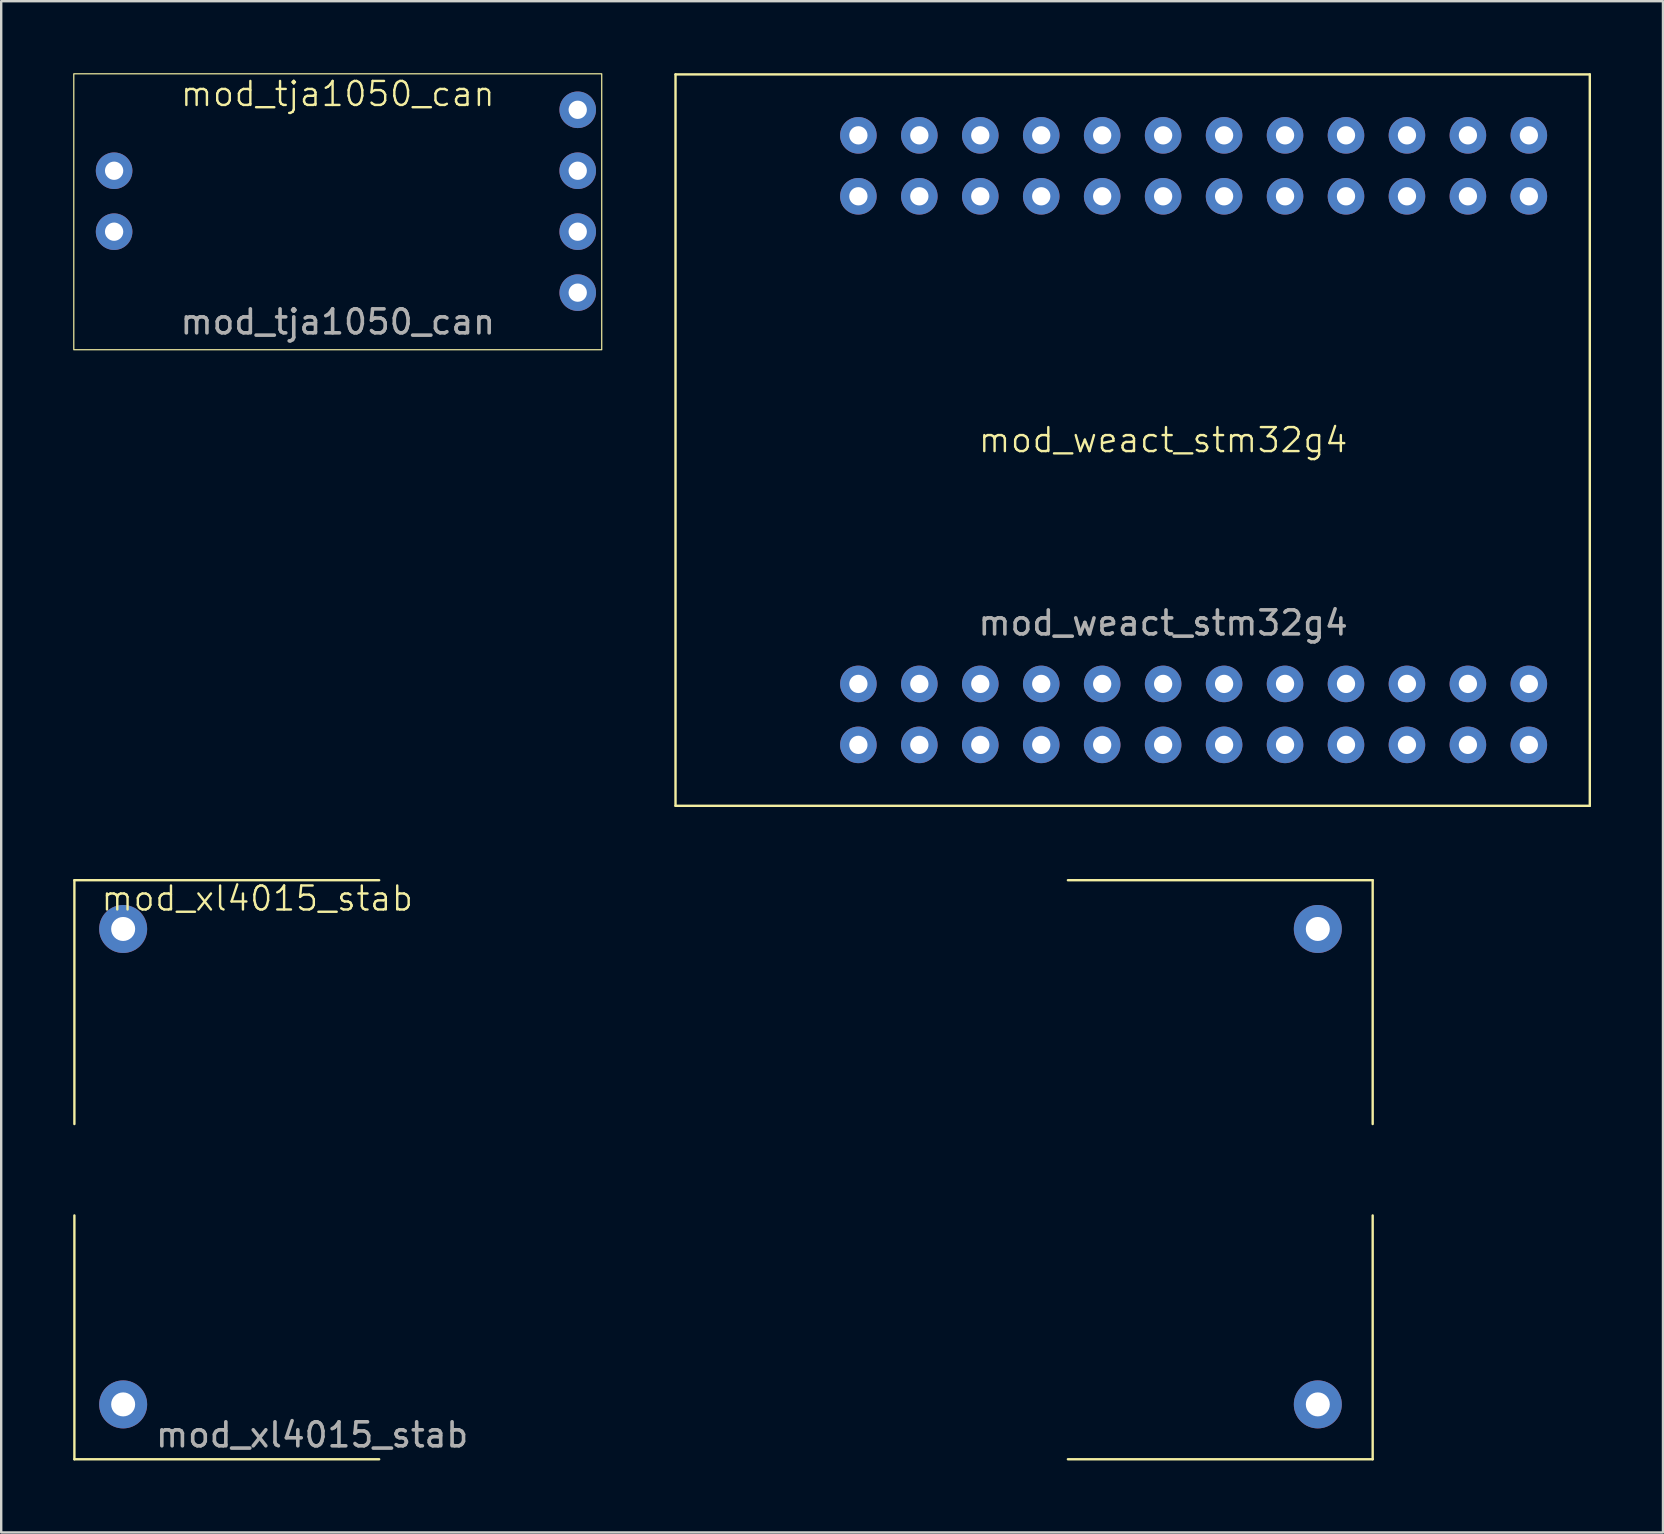
<source format=kicad_pcb>
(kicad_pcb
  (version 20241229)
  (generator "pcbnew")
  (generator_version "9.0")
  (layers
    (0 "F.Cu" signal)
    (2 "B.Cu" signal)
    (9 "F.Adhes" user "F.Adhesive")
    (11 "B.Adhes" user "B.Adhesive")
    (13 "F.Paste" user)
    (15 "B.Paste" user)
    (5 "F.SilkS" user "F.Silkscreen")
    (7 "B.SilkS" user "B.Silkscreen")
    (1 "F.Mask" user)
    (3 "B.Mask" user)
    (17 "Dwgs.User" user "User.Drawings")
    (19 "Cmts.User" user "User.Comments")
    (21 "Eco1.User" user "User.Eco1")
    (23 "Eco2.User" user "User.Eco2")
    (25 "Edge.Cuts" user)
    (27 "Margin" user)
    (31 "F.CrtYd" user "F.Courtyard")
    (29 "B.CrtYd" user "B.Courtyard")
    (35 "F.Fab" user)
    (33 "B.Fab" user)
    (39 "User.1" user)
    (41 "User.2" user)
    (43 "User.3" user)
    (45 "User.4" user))
  (footprint "mod_weact_stm32g4"
    (layer "F.Cu")
    (at 45.42 15.29)
    (property "Reference" "mod_weact_stm32g4" (at 0 0 0) (unlocked yes) (layer "F.SilkS") (effects (font (size 1 1) (thickness 0.1))))
    (attr through_hole)
    (fp_line (start -20.32 -15.24) (end -20.32 15.24) (stroke (width 0.1) (type default)) (layer "F.SilkS"))
    (fp_line (start -20.32 15.24) (end 17.78 15.24) (stroke (width 0.1) (type default)) (layer "F.SilkS"))
    (fp_line (start 17.78 -15.24) (end -20.32 -15.24) (stroke (width 0.1) (type default)) (layer "F.SilkS"))
    (fp_line (start 17.78 15.24) (end 17.78 -15.24) (stroke (width 0.1) (type default)) (layer "F.SilkS"))
    (fp_text user "${REFERENCE}" (at 0 7.62 0) (unlocked yes) (layer "F.Fab") (effects (font (size 1 1) (thickness 0.15))))
    (pad "3V3" thru_hole circle (at -12.7 -12.7) (size 1.524 1.524) (drill 0.762) (layers "*.Cu" "*.Mask"))
    (pad "3V3" thru_hole circle (at -12.7 -10.16) (size 1.524 1.524) (drill 0.762) (layers "*.Cu" "*.Mask"))
    (pad "A0" thru_hole circle (at 10.16 -12.7) (size 1.524 1.524) (drill 0.762) (layers "*.Cu" "*.Mask"))
    (pad "A1" thru_hole circle (at 7.62 -10.16) (size 1.524 1.524) (drill 0.762) (layers "*.Cu" "*.Mask"))
    (pad "A2" thru_hole circle (at 7.62 -12.7) (size 1.524 1.524) (drill 0.762) (layers "*.Cu" "*.Mask"))
    (pad "A3" thru_hole circle (at 5.08 -10.16) (size 1.524 1.524) (drill 0.762) (layers "*.Cu" "*.Mask"))
    (pad "A4" thru_hole circle (at 5.08 -12.7) (size 1.524 1.524) (drill 0.762) (layers "*.Cu" "*.Mask"))
    (pad "A5" thru_hole circle (at 2.54 -10.16) (size 1.524 1.524) (drill 0.762) (layers "*.Cu" "*.Mask"))
    (pad "A6" thru_hole circle (at 2.54 -12.7) (size 1.524 1.524) (drill 0.762) (layers "*.Cu" "*.Mask"))
    (pad "A7" thru_hole circle (at 0 -10.16) (size 1.524 1.524) (drill 0.762) (layers "*.Cu" "*.Mask"))
    (pad "A8" thru_hole circle (at -2.54 10.16) (size 1.524 1.524) (drill 0.762) (layers "*.Cu" "*.Mask"))
    (pad "A9" thru_hole circle (at 0 12.7) (size 1.524 1.524) (drill 0.762) (layers "*.Cu" "*.Mask"))
    (pad "A10" thru_hole circle (at 0 10.16) (size 1.524 1.524) (drill 0.762) (layers "*.Cu" "*.Mask"))
    (pad "A11" thru_hole circle (at 2.54 12.7) (size 1.524 1.524) (drill 0.762) (layers "*.Cu" "*.Mask"))
    (pad "A12" thru_hole circle (at 2.54 10.16) (size 1.524 1.524) (drill 0.762) (layers "*.Cu" "*.Mask"))
    (pad "A15" thru_hole circle (at 5.08 12.7) (size 1.524 1.524) (drill 0.762) (layers "*.Cu" "*.Mask"))
    (pad "B0" thru_hole circle (at -2.54 -10.16) (size 1.524 1.524) (drill 0.762) (layers "*.Cu" "*.Mask"))
    (pad "B1" thru_hole circle (at -2.54 -12.7) (size 1.524 1.524) (drill 0.762) (layers "*.Cu" "*.Mask"))
    (pad "B2" thru_hole circle (at -5.08 -10.16) (size 1.524 1.524) (drill 0.762) (layers "*.Cu" "*.Mask"))
    (pad "B3" thru_hole circle (at 7.62 10.16) (size 1.524 1.524) (drill 0.762) (layers "*.Cu" "*.Mask"))
    (pad "B4" thru_hole circle (at 10.16 12.7) (size 1.524 1.524) (drill 0.762) (layers "*.Cu" "*.Mask"))
    (pad "B5" thru_hole circle (at 10.16 10.16) (size 1.524 1.524) (drill 0.762) (layers "*.Cu" "*.Mask"))
    (pad "B6" thru_hole circle (at 12.7 12.7) (size 1.524 1.524) (drill 0.762) (layers "*.Cu" "*.Mask"))
    (pad "B7" thru_hole circle (at 12.7 10.16) (size 1.524 1.524) (drill 0.762) (layers "*.Cu" "*.Mask"))
    (pad "B8" thru_hole circle (at 15.24 12.7) (size 1.524 1.524) (drill 0.762) (layers "*.Cu" "*.Mask"))
    (pad "B9" thru_hole circle (at 15.24 10.16) (size 1.524 1.524) (drill 0.762) (layers "*.Cu" "*.Mask"))
    (pad "B10" thru_hole circle (at -7.62 -10.16) (size 1.524 1.524) (drill 0.762) (layers "*.Cu" "*.Mask"))
    (pad "B11" thru_hole circle (at -7.62 -12.7) (size 1.524 1.524) (drill 0.762) (layers "*.Cu" "*.Mask"))
    (pad "B12" thru_hole circle (at -7.62 12.7) (size 1.524 1.524) (drill 0.762) (layers "*.Cu" "*.Mask"))
    (pad "B13" thru_hole circle (at -7.62 10.16) (size 1.524 1.524) (drill 0.762) (layers "*.Cu" "*.Mask"))
    (pad "B14" thru_hole circle (at -5.08 12.7) (size 1.524 1.524) (drill 0.762) (layers "*.Cu" "*.Mask"))
    (pad "B15" thru_hole circle (at -5.08 10.16) (size 1.524 1.524) (drill 0.762) (layers "*.Cu" "*.Mask"))
    (pad "C4" thru_hole circle (at 0 -12.7) (size 1.524 1.524) (drill 0.762) (layers "*.Cu" "*.Mask"))
    (pad "C6" thru_hole circle (at -2.54 12.7) (size 1.524 1.524) (drill 0.762) (layers "*.Cu" "*.Mask"))
    (pad "C10" thru_hole circle (at 5.08 10.16) (size 1.524 1.524) (drill 0.762) (layers "*.Cu" "*.Mask"))
    (pad "C11" thru_hole circle (at 7.62 12.7) (size 1.524 1.524) (drill 0.762) (layers "*.Cu" "*.Mask"))
    (pad "C13" thru_hole circle (at 15.24 -12.7) (size 1.524 1.524) (drill 0.762) (layers "*.Cu" "*.Mask"))
    (pad "C14" thru_hole circle (at 12.7 -10.16) (size 1.524 1.524) (drill 0.762) (layers "*.Cu" "*.Mask"))
    (pad "C15" thru_hole circle (at 12.7 -12.7) (size 1.524 1.524) (drill 0.762) (layers "*.Cu" "*.Mask"))
    (pad "GND" thru_hole circle (at -10.16 -12.7) (size 1.524 1.524) (drill 0.762) (layers "*.Cu" "*.Mask"))
    (pad "GND" thru_hole circle (at -10.16 -10.16) (size 1.524 1.524) (drill 0.762) (layers "*.Cu" "*.Mask"))
    (pad "GND" thru_hole circle (at -10.16 10.16) (size 1.524 1.524) (drill 0.762) (layers "*.Cu" "*.Mask"))
    (pad "GND" thru_hole circle (at -10.16 12.7) (size 1.524 1.524) (drill 0.762) (layers "*.Cu" "*.Mask"))
    (pad "NRST" thru_hole circle (at 10.16 -10.16) (size 1.524 1.524) (drill 0.762) (layers "*.Cu" "*.Mask"))
    (pad "V+" thru_hole circle (at -5.08 -12.7) (size 1.524 1.524) (drill 0.762) (layers "*.Cu" "*.Mask"))
    (pad "VB" thru_hole circle (at 15.24 -10.16) (size 1.524 1.524) (drill 0.762) (layers "*.Cu" "*.Mask"))
    (pad "VCC" thru_hole circle (at -12.7 10.16) (size 1.524 1.524) (drill 0.762) (layers "*.Cu" "*.Mask"))
    (pad "VCC" thru_hole circle (at -12.7 12.7) (size 1.524 1.524) (drill 0.762) (layers "*.Cu" "*.Mask")))
  (footprint "mod_tja1050_can"
    (layer "F.Cu")
    (at 11.025 5.525)
    (property "Reference" "mod_tja1050_can" (at 0 -4.66 0) (unlocked yes) (layer "F.SilkS") (effects (font (size 1 1) (thickness 0.1))))
    (attr through_hole)
    (fp_rect (start -11 -5.5) (end 11 6) (stroke (width 0.05) (type default)) (fill no) (layer "F.SilkS"))
    (fp_text user "${REFERENCE}" (at 0 4.84 0) (unlocked yes) (layer "F.Fab") (effects (font (size 1 1) (thickness 0.15))))
    (pad "CANH" thru_hole circle (at -9.32 1.08) (size 1.524 1.524) (drill 0.762) (layers "*.Cu" "*.Mask"))
    (pad "CANL" thru_hole circle (at -9.32 -1.46) (size 1.524 1.524) (drill 0.762) (layers "*.Cu" "*.Mask"))
    (pad "GND" thru_hole circle (at 10 -4) (size 1.524 1.524) (drill 0.762) (layers "*.Cu" "*.Mask"))
    (pad "RX" thru_hole circle (at 10 -1.46) (size 1.524 1.524) (drill 0.762) (layers "*.Cu" "*.Mask"))
    (pad "TX" thru_hole circle (at 10 1.08) (size 1.524 1.524) (drill 0.762) (layers "*.Cu" "*.Mask"))
    (pad "VCC" thru_hole circle (at 10 3.62) (size 1.524 1.524) (drill 0.762) (layers "*.Cu" "*.Mask")))
  (footprint "mod_xl4015_stab"
    (layer "F.Cu")
    (at 34.086 40.742)
    (property "Reference" "mod_xl4015_stab" (at -26.416 -6.35 0) (unlocked yes) (layer "F.SilkS") (effects (font (size 1 1) (thickness 0.1))))
    (attr through_hole)
    (fp_line (start -34.036 -7.112) (end -21.336 -7.112) (stroke (width 0.1) (type default)) (layer "F.SilkS"))
    (fp_line (start -34.036 3.048) (end -34.036 -7.112) (stroke (width 0.1) (type default)) (layer "F.SilkS"))
    (fp_line (start -34.036 6.858) (end -34.036 17.018) (stroke (width 0.1) (type default)) (layer "F.SilkS"))
    (fp_line (start -21.336 17.018) (end -34.036 17.018) (stroke (width 0.1) (type default)) (layer "F.SilkS"))
    (fp_line (start 7.366 -7.112) (end 20.066 -7.112) (stroke (width 0.1) (type default)) (layer "F.SilkS"))
    (fp_line (start 20.066 3.048) (end 20.066 -7.112) (stroke (width 0.1) (type default)) (layer "F.SilkS"))
    (fp_line (start 20.066 6.858) (end 20.066 17.018) (stroke (width 0.1) (type default)) (layer "F.SilkS"))
    (fp_line (start 20.066 17.018) (end 7.366 17.018) (stroke (width 0.1) (type default)) (layer "F.SilkS"))
    (fp_text user "${REFERENCE}" (at -24.13 16.002 0) (unlocked yes) (layer "F.Fab") (effects (font (size 1 1) (thickness 0.15))))
    (pad "IN+" thru_hole circle (at -32.004 -5.08) (size 2 2) (drill 1) (layers "*.Cu" "*.Mask"))
    (pad "IN-GND" thru_hole circle (at -32.004 14.732) (size 2 2) (drill 1) (layers "*.Cu" "*.Mask"))
    (pad "OUT+" thru_hole circle (at 17.78 -5.08) (size 2 2) (drill 1) (layers "*.Cu" "*.Mask"))
    (pad "OUT-GND" thru_hole circle (at 17.78 14.732) (size 2 2) (drill 1) (layers "*.Cu" "*.Mask")))
  (gr_rect
    (start -3 -3)
    (end 66.25 60.81)
    (stroke (width 0.1) (type default))
    (fill no)
    (layer "Edge.Cuts")))
</source>
